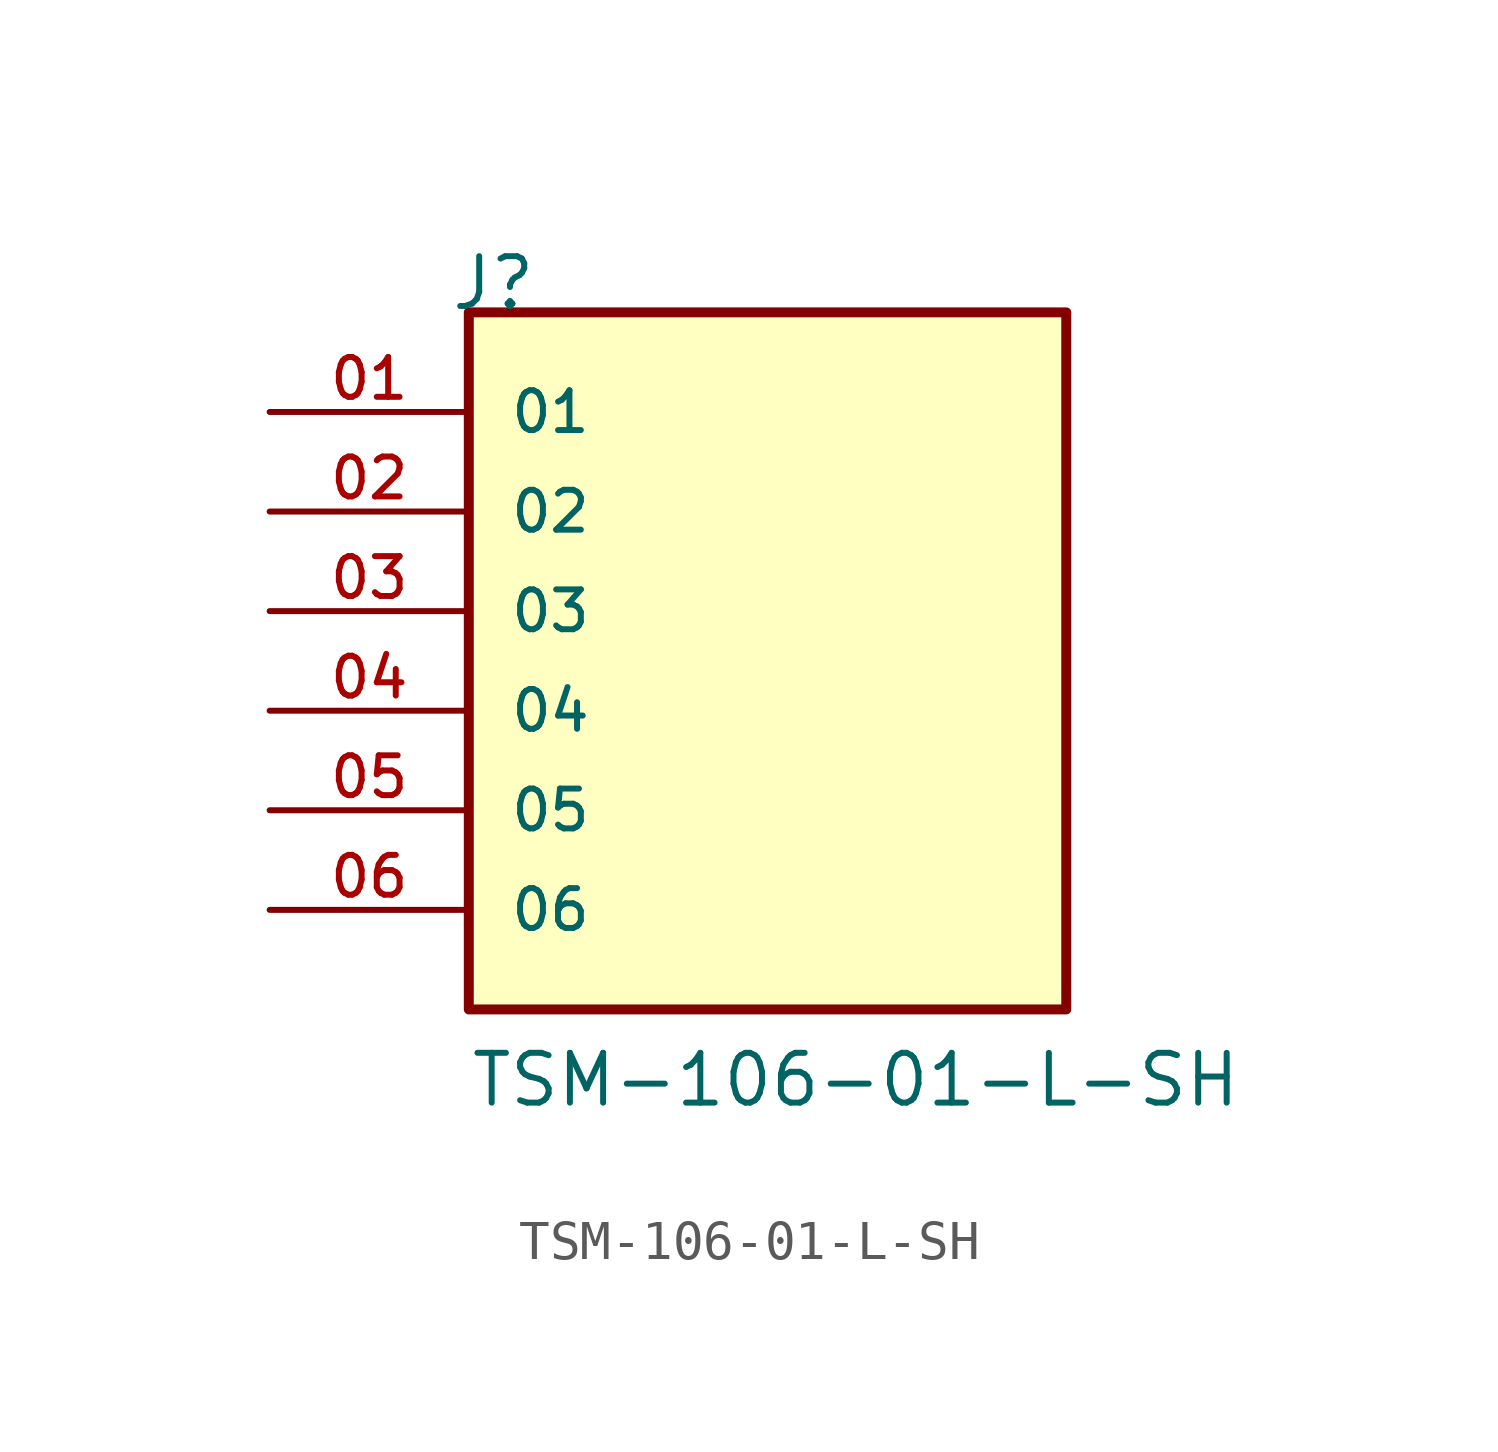
<source format=kicad_sym>
(kicad_symbol_lib
  (version 20211014)
  (generator kicad_symbol_editor)
  (symbol "TSM-106-01-L-SH"
    (pin_names
      (offset 1.016))
    (property "Reference" "J"
      (at -8.12 10.16 0)
      (effects (font (size 1.27 1.27)) (justify bottom left)))
    (property "Value" "TSM-106-01-L-SH"
      (at -7.62 -10.16 0)
      (effects (font (size 1.27 1.27)) (justify bottom left)))
    (symbol "TSM-106-01-L-SH_0_0"
      (rectangle (start -7.62 -7.62) (end 7.62 10.16) (stroke (width 0.254)) (fill (type background)))
      (pin passive line (at -12.7 7.62 0) (length 5.08) (name "01" (effects (font (size 1.016 1.016)))) (number "01" (effects (font (size 1.016 1.016)))))
      (pin passive line (at -12.7 5.08 0) (length 5.08) (name "02" (effects (font (size 1.016 1.016)))) (number "02" (effects (font (size 1.016 1.016)))))
      (pin passive line (at -12.7 2.54 0) (length 5.08) (name "03" (effects (font (size 1.016 1.016)))) (number "03" (effects (font (size 1.016 1.016)))))
      (pin passive line (at -12.7 0.0 0) (length 5.08) (name "04" (effects (font (size 1.016 1.016)))) (number "04" (effects (font (size 1.016 1.016)))))
      (pin passive line (at -12.7 -2.54 0) (length 5.08) (name "05" (effects (font (size 1.016 1.016)))) (number "05" (effects (font (size 1.016 1.016)))))
      (pin passive line (at -12.7 -5.08 0) (length 5.08) (name "06" (effects (font (size 1.016 1.016)))) (number "06" (effects (font (size 1.016 1.016))))))))
</source>
